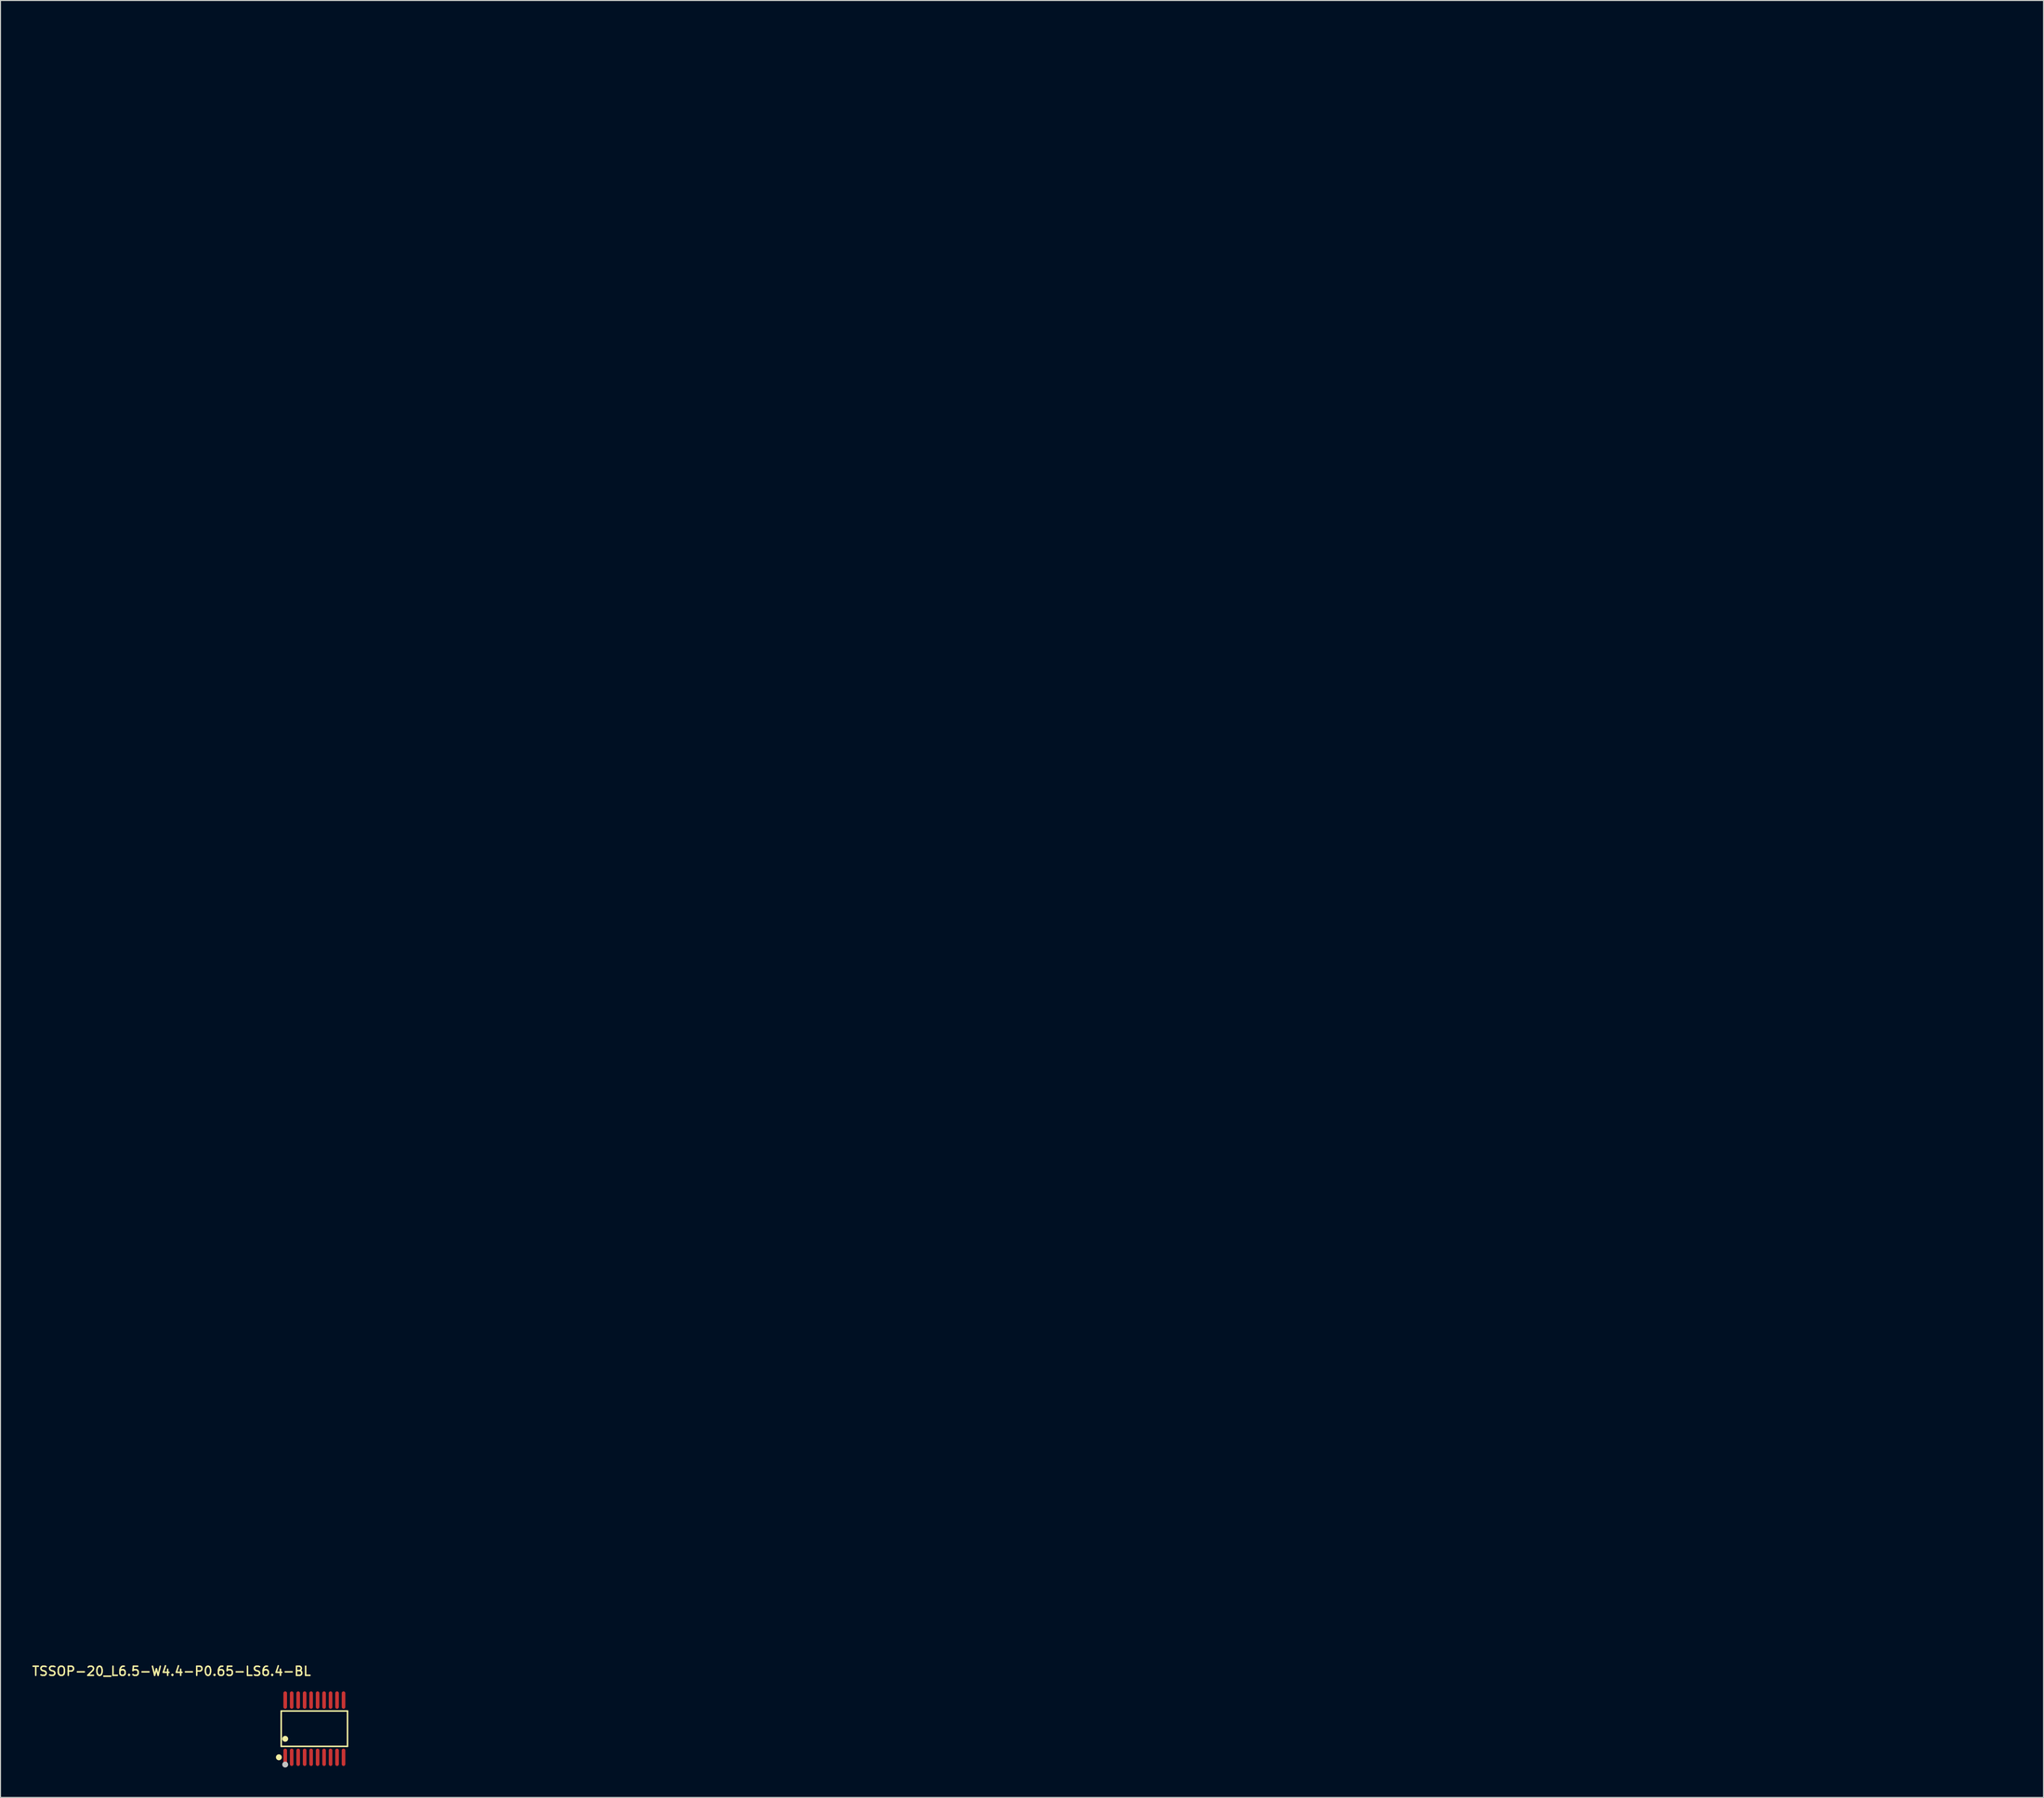
<source format=kicad_pcb>
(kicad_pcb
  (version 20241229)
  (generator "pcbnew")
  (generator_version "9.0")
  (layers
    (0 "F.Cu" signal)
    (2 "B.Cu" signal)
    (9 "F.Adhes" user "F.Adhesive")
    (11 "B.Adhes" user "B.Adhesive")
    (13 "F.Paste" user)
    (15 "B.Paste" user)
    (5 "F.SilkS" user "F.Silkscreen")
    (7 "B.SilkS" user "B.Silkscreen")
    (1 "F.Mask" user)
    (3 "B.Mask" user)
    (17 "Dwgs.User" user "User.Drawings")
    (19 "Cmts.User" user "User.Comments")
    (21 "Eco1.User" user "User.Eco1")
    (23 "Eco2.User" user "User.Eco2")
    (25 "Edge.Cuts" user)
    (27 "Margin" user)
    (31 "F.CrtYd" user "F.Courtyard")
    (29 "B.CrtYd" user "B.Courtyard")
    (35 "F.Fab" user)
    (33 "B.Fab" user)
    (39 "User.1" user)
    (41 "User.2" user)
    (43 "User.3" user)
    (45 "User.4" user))
  (footprint "TSSOP-20_L6.5-W4.4-P0.65-LS6.4-BL"
    (layer "F.Cu")
    (at 28.483 170.399)
    (property "Reference" "TSSOP-20_L6.5-W4.4-P0.65-LS6.4-BL" (at -0.254 -5.232 0) (layer "F.SilkS") (effects (font (size 0.914 0.914) (thickness 0.152)) (justify right bottom)))
    (fp_line (start -3.326 -1.771) (end 3.326 -1.771) (stroke (width 0.152) (type default)) (layer "F.SilkS"))
    (fp_line (start -3.326 1.771) (end -3.326 -1.771) (stroke (width 0.152) (type default)) (layer "F.SilkS"))
    (fp_line (start 3.326 -1.771) (end 3.326 1.771) (stroke (width 0.152) (type default)) (layer "F.SilkS"))
    (fp_line (start 3.326 1.771) (end -3.326 1.771) (stroke (width 0.152) (type default)) (layer "F.SilkS"))
    (fp_circle (center -3.559 2.871) (end -3.409 2.871) (stroke (width 0.3) (type default)) (fill no) (layer "F.SilkS"))
    (fp_circle (center -2.925 1.019) (end -2.775 1.019) (stroke (width 0.3) (type default)) (fill no) (layer "F.SilkS"))
    (fp_circle (center -2.925 3.6) (end -2.775 3.6) (stroke (width 0.3) (type default)) (fill no) (layer "Dwgs.User"))
    (fp_circle (center -3.25 3.2) (end -3.22 3.2) (stroke (width 0.06) (type default)) (fill no) (layer "User.5"))
    (pad "1" smd oval (at -2.925 2.871 180) (size 0.364 1.742) (layers "F.Cu" "F.Mask" "F.Paste"))
    (pad "2" smd oval (at -2.275 2.871 180) (size 0.364 1.742) (layers "F.Cu" "F.Mask" "F.Paste"))
    (pad "3" smd oval (at -1.625 2.871 180) (size 0.364 1.742) (layers "F.Cu" "F.Mask" "F.Paste"))
    (pad "4" smd oval (at -0.975 2.871 180) (size 0.364 1.742) (layers "F.Cu" "F.Mask" "F.Paste"))
    (pad "5" smd oval (at -0.325 2.871 180) (size 0.364 1.742) (layers "F.Cu" "F.Mask" "F.Paste"))
    (pad "6" smd oval (at 0.325 2.871 180) (size 0.364 1.742) (layers "F.Cu" "F.Mask" "F.Paste"))
    (pad "7" smd oval (at 0.975 2.871 180) (size 0.364 1.742) (layers "F.Cu" "F.Mask" "F.Paste"))
    (pad "8" smd oval (at 1.625 2.871 180) (size 0.364 1.742) (layers "F.Cu" "F.Mask" "F.Paste"))
    (pad "9" smd oval (at 2.275 2.871 180) (size 0.364 1.742) (layers "F.Cu" "F.Mask" "F.Paste"))
    (pad "10" smd oval (at 2.925 2.871 180) (size 0.364 1.742) (layers "F.Cu" "F.Mask" "F.Paste"))
    (pad "11" smd oval (at 2.925 -2.871 180) (size 0.364 1.742) (layers "F.Cu" "F.Mask" "F.Paste"))
    (pad "12" smd oval (at 2.275 -2.871 180) (size 0.364 1.742) (layers "F.Cu" "F.Mask" "F.Paste"))
    (pad "13" smd oval (at 1.625 -2.871 180) (size 0.364 1.742) (layers "F.Cu" "F.Mask" "F.Paste"))
    (pad "14" smd oval (at 0.975 -2.871 180) (size 0.364 1.742) (layers "F.Cu" "F.Mask" "F.Paste"))
    (pad "15" smd oval (at 0.325 -2.871 180) (size 0.364 1.742) (layers "F.Cu" "F.Mask" "F.Paste"))
    (pad "16" smd oval (at -0.325 -2.871 180) (size 0.364 1.742) (layers "F.Cu" "F.Mask" "F.Paste"))
    (pad "17" smd oval (at -0.975 -2.871 180) (size 0.364 1.742) (layers "F.Cu" "F.Mask" "F.Paste"))
    (pad "18" smd oval (at -1.625 -2.871 180) (size 0.364 1.742) (layers "F.Cu" "F.Mask" "F.Paste"))
    (pad "19" smd oval (at -2.275 -2.871 180) (size 0.364 1.742) (layers "F.Cu" "F.Mask" "F.Paste"))
    (pad "20" smd oval (at -2.925 -2.871 180) (size 0.364 1.742) (layers "F.Cu" "F.Mask" "F.Paste"))
    (zone (net_name "") (layer "User.3") (hatch edge 0.5) (priority 100) (connect_pads yes) (min_thickness 0) (filled_areas_thickness no) (fill yes) (polygon (pts (xy 198.931 1) (xy 198.931 5.4) (xy 192.431 5.4) (xy 192.431 1))) (filled_polygon (layer "User.3") (island) (pts (xy 198.931 1) (xy 198.931 5.4) (xy 192.431 5.4) (xy 192.431 1))))
    (zone (net_name "") (layer "User.4") (hatch edge 0.5) (priority 100) (connect_pads yes) (min_thickness 0) (filled_areas_thickness no) (fill yes) (polygon (pts (xy 192.886 0) (xy 192.886 0.6) (xy 192.626 0.6) (xy 192.626 0))) (filled_polygon (layer "User.4") (island) (pts (xy 192.886 0) (xy 192.886 0.6) (xy 192.626 0.6) (xy 192.626 0))))
    (zone (net_name "") (layer "User.4") (hatch edge 0.5) (priority 100) (connect_pads) (min_thickness 0) (filled_areas_thickness no) (keepout (tracks allowed) (vias allowed) (pads allowed) (copperpour not_allowed) (footprints allowed)) (placement (enabled no)) (fill) (polygon (pts (xy 192.886 0.59) (xy 192.886 1.01) (xy 192.626 1.01) (xy 192.626 0.59))))
    (zone (net_name "") (layer "User.4") (hatch edge 0.5) (priority 100) (connect_pads) (min_thickness 0) (filled_areas_thickness no) (keepout (tracks allowed) (vias allowed) (pads allowed) (copperpour not_allowed) (footprints allowed)) (placement (enabled no)) (fill) (polygon (pts (xy 192.886 5.81) (xy 192.886 5.39) (xy 192.626 5.39) (xy 192.626 5.81))))
    (zone (net_name "") (layer "User.4") (hatch edge 0.5) (priority 100) (connect_pads yes) (min_thickness 0) (filled_areas_thickness no) (fill yes) (polygon (pts (xy 192.886 6.4) (xy 192.886 5.8) (xy 192.626 5.8) (xy 192.626 6.4))) (filled_polygon (layer "User.4") (island) (pts (xy 192.886 6.4) (xy 192.886 5.8) (xy 192.626 5.8) (xy 192.626 6.4))))
    (zone (net_name "") (layer "User.4") (hatch edge 0.5) (priority 100) (connect_pads yes) (min_thickness 0) (filled_areas_thickness no) (fill yes) (polygon (pts (xy 193.536 0) (xy 193.536 0.6) (xy 193.276 0.6) (xy 193.276 0))) (filled_polygon (layer "User.4") (island) (pts (xy 193.536 0) (xy 193.536 0.6) (xy 193.276 0.6) (xy 193.276 0))))
    (zone (net_name "") (layer "User.4") (hatch edge 0.5) (priority 100) (connect_pads) (min_thickness 0) (filled_areas_thickness no) (keepout (tracks allowed) (vias allowed) (pads allowed) (copperpour not_allowed) (footprints allowed)) (placement (enabled no)) (fill) (polygon (pts (xy 193.536 0.59) (xy 193.536 1.01) (xy 193.276 1.01) (xy 193.276 0.59))))
    (zone (net_name "") (layer "User.4") (hatch edge 0.5) (priority 100) (connect_pads) (min_thickness 0) (filled_areas_thickness no) (keepout (tracks allowed) (vias allowed) (pads allowed) (copperpour not_allowed) (footprints allowed)) (placement (enabled no)) (fill) (polygon (pts (xy 193.536 5.81) (xy 193.536 5.39) (xy 193.276 5.39) (xy 193.276 5.81))))
    (zone (net_name "") (layer "User.4") (hatch edge 0.5) (priority 100) (connect_pads yes) (min_thickness 0) (filled_areas_thickness no) (fill yes) (polygon (pts (xy 193.536 6.4) (xy 193.536 5.8) (xy 193.276 5.8) (xy 193.276 6.4))) (filled_polygon (layer "User.4") (island) (pts (xy 193.536 6.4) (xy 193.536 5.8) (xy 193.276 5.8) (xy 193.276 6.4))))
    (zone (net_name "") (layer "User.4") (hatch edge 0.5) (priority 100) (connect_pads yes) (min_thickness 0) (filled_areas_thickness no) (fill yes) (polygon (pts (xy 194.186 0) (xy 194.186 0.6) (xy 193.926 0.6) (xy 193.926 0))) (filled_polygon (layer "User.4") (island) (pts (xy 194.186 0) (xy 194.186 0.6) (xy 193.926 0.6) (xy 193.926 0))))
    (zone (net_name "") (layer "User.4") (hatch edge 0.5) (priority 100) (connect_pads) (min_thickness 0) (filled_areas_thickness no) (keepout (tracks allowed) (vias allowed) (pads allowed) (copperpour not_allowed) (footprints allowed)) (placement (enabled no)) (fill) (polygon (pts (xy 194.186 0.59) (xy 194.186 1.01) (xy 193.926 1.01) (xy 193.926 0.59))))
    (zone (net_name "") (layer "User.4") (hatch edge 0.5) (priority 100) (connect_pads) (min_thickness 0) (filled_areas_thickness no) (keepout (tracks allowed) (vias allowed) (pads allowed) (copperpour not_allowed) (footprints allowed)) (placement (enabled no)) (fill) (polygon (pts (xy 194.186 5.81) (xy 194.186 5.39) (xy 193.926 5.39) (xy 193.926 5.81))))
    (zone (net_name "") (layer "User.4") (hatch edge 0.5) (priority 100) (connect_pads yes) (min_thickness 0) (filled_areas_thickness no) (fill yes) (polygon (pts (xy 194.186 6.4) (xy 194.186 5.8) (xy 193.926 5.8) (xy 193.926 6.4))) (filled_polygon (layer "User.4") (island) (pts (xy 194.186 6.4) (xy 194.186 5.8) (xy 193.926 5.8) (xy 193.926 6.4))))
    (zone (net_name "") (layer "User.4") (hatch edge 0.5) (priority 100) (connect_pads yes) (min_thickness 0) (filled_areas_thickness no) (fill yes) (polygon (pts (xy 194.836 0) (xy 194.836 0.6) (xy 194.576 0.6) (xy 194.576 0))) (filled_polygon (layer "User.4") (island) (pts (xy 194.836 0) (xy 194.836 0.6) (xy 194.576 0.6) (xy 194.576 0))))
    (zone (net_name "") (layer "User.4") (hatch edge 0.5) (priority 100) (connect_pads) (min_thickness 0) (filled_areas_thickness no) (keepout (tracks allowed) (vias allowed) (pads allowed) (copperpour not_allowed) (footprints allowed)) (placement (enabled no)) (fill) (polygon (pts (xy 194.836 0.59) (xy 194.836 1.01) (xy 194.576 1.01) (xy 194.576 0.59))))
    (zone (net_name "") (layer "User.4") (hatch edge 0.5) (priority 100) (connect_pads) (min_thickness 0) (filled_areas_thickness no) (keepout (tracks allowed) (vias allowed) (pads allowed) (copperpour not_allowed) (footprints allowed)) (placement (enabled no)) (fill) (polygon (pts (xy 194.836 5.81) (xy 194.836 5.39) (xy 194.576 5.39) (xy 194.576 5.81))))
    (zone (net_name "") (layer "User.4") (hatch edge 0.5) (priority 100) (connect_pads yes) (min_thickness 0) (filled_areas_thickness no) (fill yes) (polygon (pts (xy 194.836 6.4) (xy 194.836 5.8) (xy 194.576 5.8) (xy 194.576 6.4))) (filled_polygon (layer "User.4") (island) (pts (xy 194.836 6.4) (xy 194.836 5.8) (xy 194.576 5.8) (xy 194.576 6.4))))
    (zone (net_name "") (layer "User.4") (hatch edge 0.5) (priority 100) (connect_pads yes) (min_thickness 0) (filled_areas_thickness no) (fill yes) (polygon (pts (xy 195.486 0) (xy 195.486 0.6) (xy 195.226 0.6) (xy 195.226 0))) (filled_polygon (layer "User.4") (island) (pts (xy 195.486 0) (xy 195.486 0.6) (xy 195.226 0.6) (xy 195.226 0))))
    (zone (net_name "") (layer "User.4") (hatch edge 0.5) (priority 100) (connect_pads) (min_thickness 0) (filled_areas_thickness no) (keepout (tracks allowed) (vias allowed) (pads allowed) (copperpour not_allowed) (footprints allowed)) (placement (enabled no)) (fill) (polygon (pts (xy 195.486 0.59) (xy 195.486 1.01) (xy 195.226 1.01) (xy 195.226 0.59))))
    (zone (net_name "") (layer "User.4") (hatch edge 0.5) (priority 100) (connect_pads) (min_thickness 0) (filled_areas_thickness no) (keepout (tracks allowed) (vias allowed) (pads allowed) (copperpour not_allowed) (footprints allowed)) (placement (enabled no)) (fill) (polygon (pts (xy 195.486 5.81) (xy 195.486 5.39) (xy 195.226 5.39) (xy 195.226 5.81))))
    (zone (net_name "") (layer "User.4") (hatch edge 0.5) (priority 100) (connect_pads yes) (min_thickness 0) (filled_areas_thickness no) (fill yes) (polygon (pts (xy 195.486 6.4) (xy 195.486 5.8) (xy 195.226 5.8) (xy 195.226 6.4))) (filled_polygon (layer "User.4") (island) (pts (xy 195.486 6.4) (xy 195.486 5.8) (xy 195.226 5.8) (xy 195.226 6.4))))
    (zone (net_name "") (layer "User.4") (hatch edge 0.5) (priority 100) (connect_pads yes) (min_thickness 0) (filled_areas_thickness no) (fill yes) (polygon (pts (xy 196.136 0) (xy 196.136 0.6) (xy 195.876 0.6) (xy 195.876 0))) (filled_polygon (layer "User.4") (island) (pts (xy 196.136 0) (xy 196.136 0.6) (xy 195.876 0.6) (xy 195.876 0))))
    (zone (net_name "") (layer "User.4") (hatch edge 0.5) (priority 100) (connect_pads) (min_thickness 0) (filled_areas_thickness no) (keepout (tracks allowed) (vias allowed) (pads allowed) (copperpour not_allowed) (footprints allowed)) (placement (enabled no)) (fill) (polygon (pts (xy 196.136 0.59) (xy 196.136 1.01) (xy 195.876 1.01) (xy 195.876 0.59))))
    (zone (net_name "") (layer "User.4") (hatch edge 0.5) (priority 100) (connect_pads) (min_thickness 0) (filled_areas_thickness no) (keepout (tracks allowed) (vias allowed) (pads allowed) (copperpour not_allowed) (footprints allowed)) (placement (enabled no)) (fill) (polygon (pts (xy 196.136 5.81) (xy 196.136 5.39) (xy 195.876 5.39) (xy 195.876 5.81))))
    (zone (net_name "") (layer "User.4") (hatch edge 0.5) (priority 100) (connect_pads yes) (min_thickness 0) (filled_areas_thickness no) (fill yes) (polygon (pts (xy 196.136 6.4) (xy 196.136 5.8) (xy 195.876 5.8) (xy 195.876 6.4))) (filled_polygon (layer "User.4") (island) (pts (xy 196.136 6.4) (xy 196.136 5.8) (xy 195.876 5.8) (xy 195.876 6.4))))
    (zone (net_name "") (layer "User.4") (hatch edge 0.5) (priority 100) (connect_pads yes) (min_thickness 0) (filled_areas_thickness no) (fill yes) (polygon (pts (xy 196.786 0) (xy 196.786 0.6) (xy 196.526 0.6) (xy 196.526 0))) (filled_polygon (layer "User.4") (island) (pts (xy 196.786 0) (xy 196.786 0.6) (xy 196.526 0.6) (xy 196.526 0))))
    (zone (net_name "") (layer "User.4") (hatch edge 0.5) (priority 100) (connect_pads) (min_thickness 0) (filled_areas_thickness no) (keepout (tracks allowed) (vias allowed) (pads allowed) (copperpour not_allowed) (footprints allowed)) (placement (enabled no)) (fill) (polygon (pts (xy 196.786 0.59) (xy 196.786 1.01) (xy 196.526 1.01) (xy 196.526 0.59))))
    (zone (net_name "") (layer "User.4") (hatch edge 0.5) (priority 100) (connect_pads) (min_thickness 0) (filled_areas_thickness no) (keepout (tracks allowed) (vias allowed) (pads allowed) (copperpour not_allowed) (footprints allowed)) (placement (enabled no)) (fill) (polygon (pts (xy 196.786 5.81) (xy 196.786 5.39) (xy 196.526 5.39) (xy 196.526 5.81))))
    (zone (net_name "") (layer "User.4") (hatch edge 0.5) (priority 100) (connect_pads yes) (min_thickness 0) (filled_areas_thickness no) (fill yes) (polygon (pts (xy 196.786 6.4) (xy 196.786 5.8) (xy 196.526 5.8) (xy 196.526 6.4))) (filled_polygon (layer "User.4") (island) (pts (xy 196.786 6.4) (xy 196.786 5.8) (xy 196.526 5.8) (xy 196.526 6.4))))
    (zone (net_name "") (layer "User.4") (hatch edge 0.5) (priority 100) (connect_pads yes) (min_thickness 0) (filled_areas_thickness no) (fill yes) (polygon (pts (xy 197.436 0) (xy 197.436 0.6) (xy 197.176 0.6) (xy 197.176 0))) (filled_polygon (layer "User.4") (island) (pts (xy 197.436 0) (xy 197.436 0.6) (xy 197.176 0.6) (xy 197.176 0))))
    (zone (net_name "") (layer "User.4") (hatch edge 0.5) (priority 100) (connect_pads) (min_thickness 0) (filled_areas_thickness no) (keepout (tracks allowed) (vias allowed) (pads allowed) (copperpour not_allowed) (footprints allowed)) (placement (enabled no)) (fill) (polygon (pts (xy 197.436 0.59) (xy 197.436 1.01) (xy 197.176 1.01) (xy 197.176 0.59))))
    (zone (net_name "") (layer "User.4") (hatch edge 0.5) (priority 100) (connect_pads) (min_thickness 0) (filled_areas_thickness no) (keepout (tracks allowed) (vias allowed) (pads allowed) (copperpour not_allowed) (footprints allowed)) (placement (enabled no)) (fill) (polygon (pts (xy 197.436 5.81) (xy 197.436 5.39) (xy 197.176 5.39) (xy 197.176 5.81))))
    (zone (net_name "") (layer "User.4") (hatch edge 0.5) (priority 100) (connect_pads yes) (min_thickness 0) (filled_areas_thickness no) (fill yes) (polygon (pts (xy 197.436 6.4) (xy 197.436 5.8) (xy 197.176 5.8) (xy 197.176 6.4))) (filled_polygon (layer "User.4") (island) (pts (xy 197.436 6.4) (xy 197.436 5.8) (xy 197.176 5.8) (xy 197.176 6.4))))
    (zone (net_name "") (layer "User.4") (hatch edge 0.5) (priority 100) (connect_pads yes) (min_thickness 0) (filled_areas_thickness no) (fill yes) (polygon (pts (xy 198.086 0) (xy 198.086 0.6) (xy 197.826 0.6) (xy 197.826 0))) (filled_polygon (layer "User.4") (island) (pts (xy 198.086 0) (xy 198.086 0.6) (xy 197.826 0.6) (xy 197.826 0))))
    (zone (net_name "") (layer "User.4") (hatch edge 0.5) (priority 100) (connect_pads) (min_thickness 0) (filled_areas_thickness no) (keepout (tracks allowed) (vias allowed) (pads allowed) (copperpour not_allowed) (footprints allowed)) (placement (enabled no)) (fill) (polygon (pts (xy 198.086 0.59) (xy 198.086 1.01) (xy 197.826 1.01) (xy 197.826 0.59))))
    (zone (net_name "") (layer "User.4") (hatch edge 0.5) (priority 100) (connect_pads) (min_thickness 0) (filled_areas_thickness no) (keepout (tracks allowed) (vias allowed) (pads allowed) (copperpour not_allowed) (footprints allowed)) (placement (enabled no)) (fill) (polygon (pts (xy 198.086 5.81) (xy 198.086 5.39) (xy 197.826 5.39) (xy 197.826 5.81))))
    (zone (net_name "") (layer "User.4") (hatch edge 0.5) (priority 100) (connect_pads yes) (min_thickness 0) (filled_areas_thickness no) (fill yes) (polygon (pts (xy 198.086 6.4) (xy 198.086 5.8) (xy 197.826 5.8) (xy 197.826 6.4))) (filled_polygon (layer "User.4") (island) (pts (xy 198.086 6.4) (xy 198.086 5.8) (xy 197.826 5.8) (xy 197.826 6.4))))
    (zone (net_name "") (layer "User.4") (hatch edge 0.5) (priority 100) (connect_pads yes) (min_thickness 0) (filled_areas_thickness no) (fill yes) (polygon (pts (xy 198.736 0) (xy 198.736 0.6) (xy 198.476 0.6) (xy 198.476 0))) (filled_polygon (layer "User.4") (island) (pts (xy 198.736 0) (xy 198.736 0.6) (xy 198.476 0.6) (xy 198.476 0))))
    (zone (net_name "") (layer "User.4") (hatch edge 0.5) (priority 100) (connect_pads) (min_thickness 0) (filled_areas_thickness no) (keepout (tracks allowed) (vias allowed) (pads allowed) (copperpour not_allowed) (footprints allowed)) (placement (enabled no)) (fill) (polygon (pts (xy 198.736 0.59) (xy 198.736 1.01) (xy 198.476 1.01) (xy 198.476 0.59))))
    (zone (net_name "") (layer "User.4") (hatch edge 0.5) (priority 100) (connect_pads) (min_thickness 0) (filled_areas_thickness no) (keepout (tracks allowed) (vias allowed) (pads allowed) (copperpour not_allowed) (footprints allowed)) (placement (enabled no)) (fill) (polygon (pts (xy 198.736 5.81) (xy 198.736 5.39) (xy 198.476 5.39) (xy 198.476 5.81))))
    (zone (net_name "") (layer "User.4") (hatch edge 0.5) (priority 100) (connect_pads yes) (min_thickness 0) (filled_areas_thickness no) (fill yes) (polygon (pts (xy 198.736 6.4) (xy 198.736 5.8) (xy 198.476 5.8) (xy 198.476 6.4))) (filled_polygon (layer "User.4") (island) (pts (xy 198.736 6.4) (xy 198.736 5.8) (xy 198.476 5.8) (xy 198.476 6.4)))))
  (gr_rect
    (start -3 -3)
    (end 201.931 177.298)
    (stroke (width 0.1) (type default))
    (fill no)
    (layer "Edge.Cuts")))
</source>
